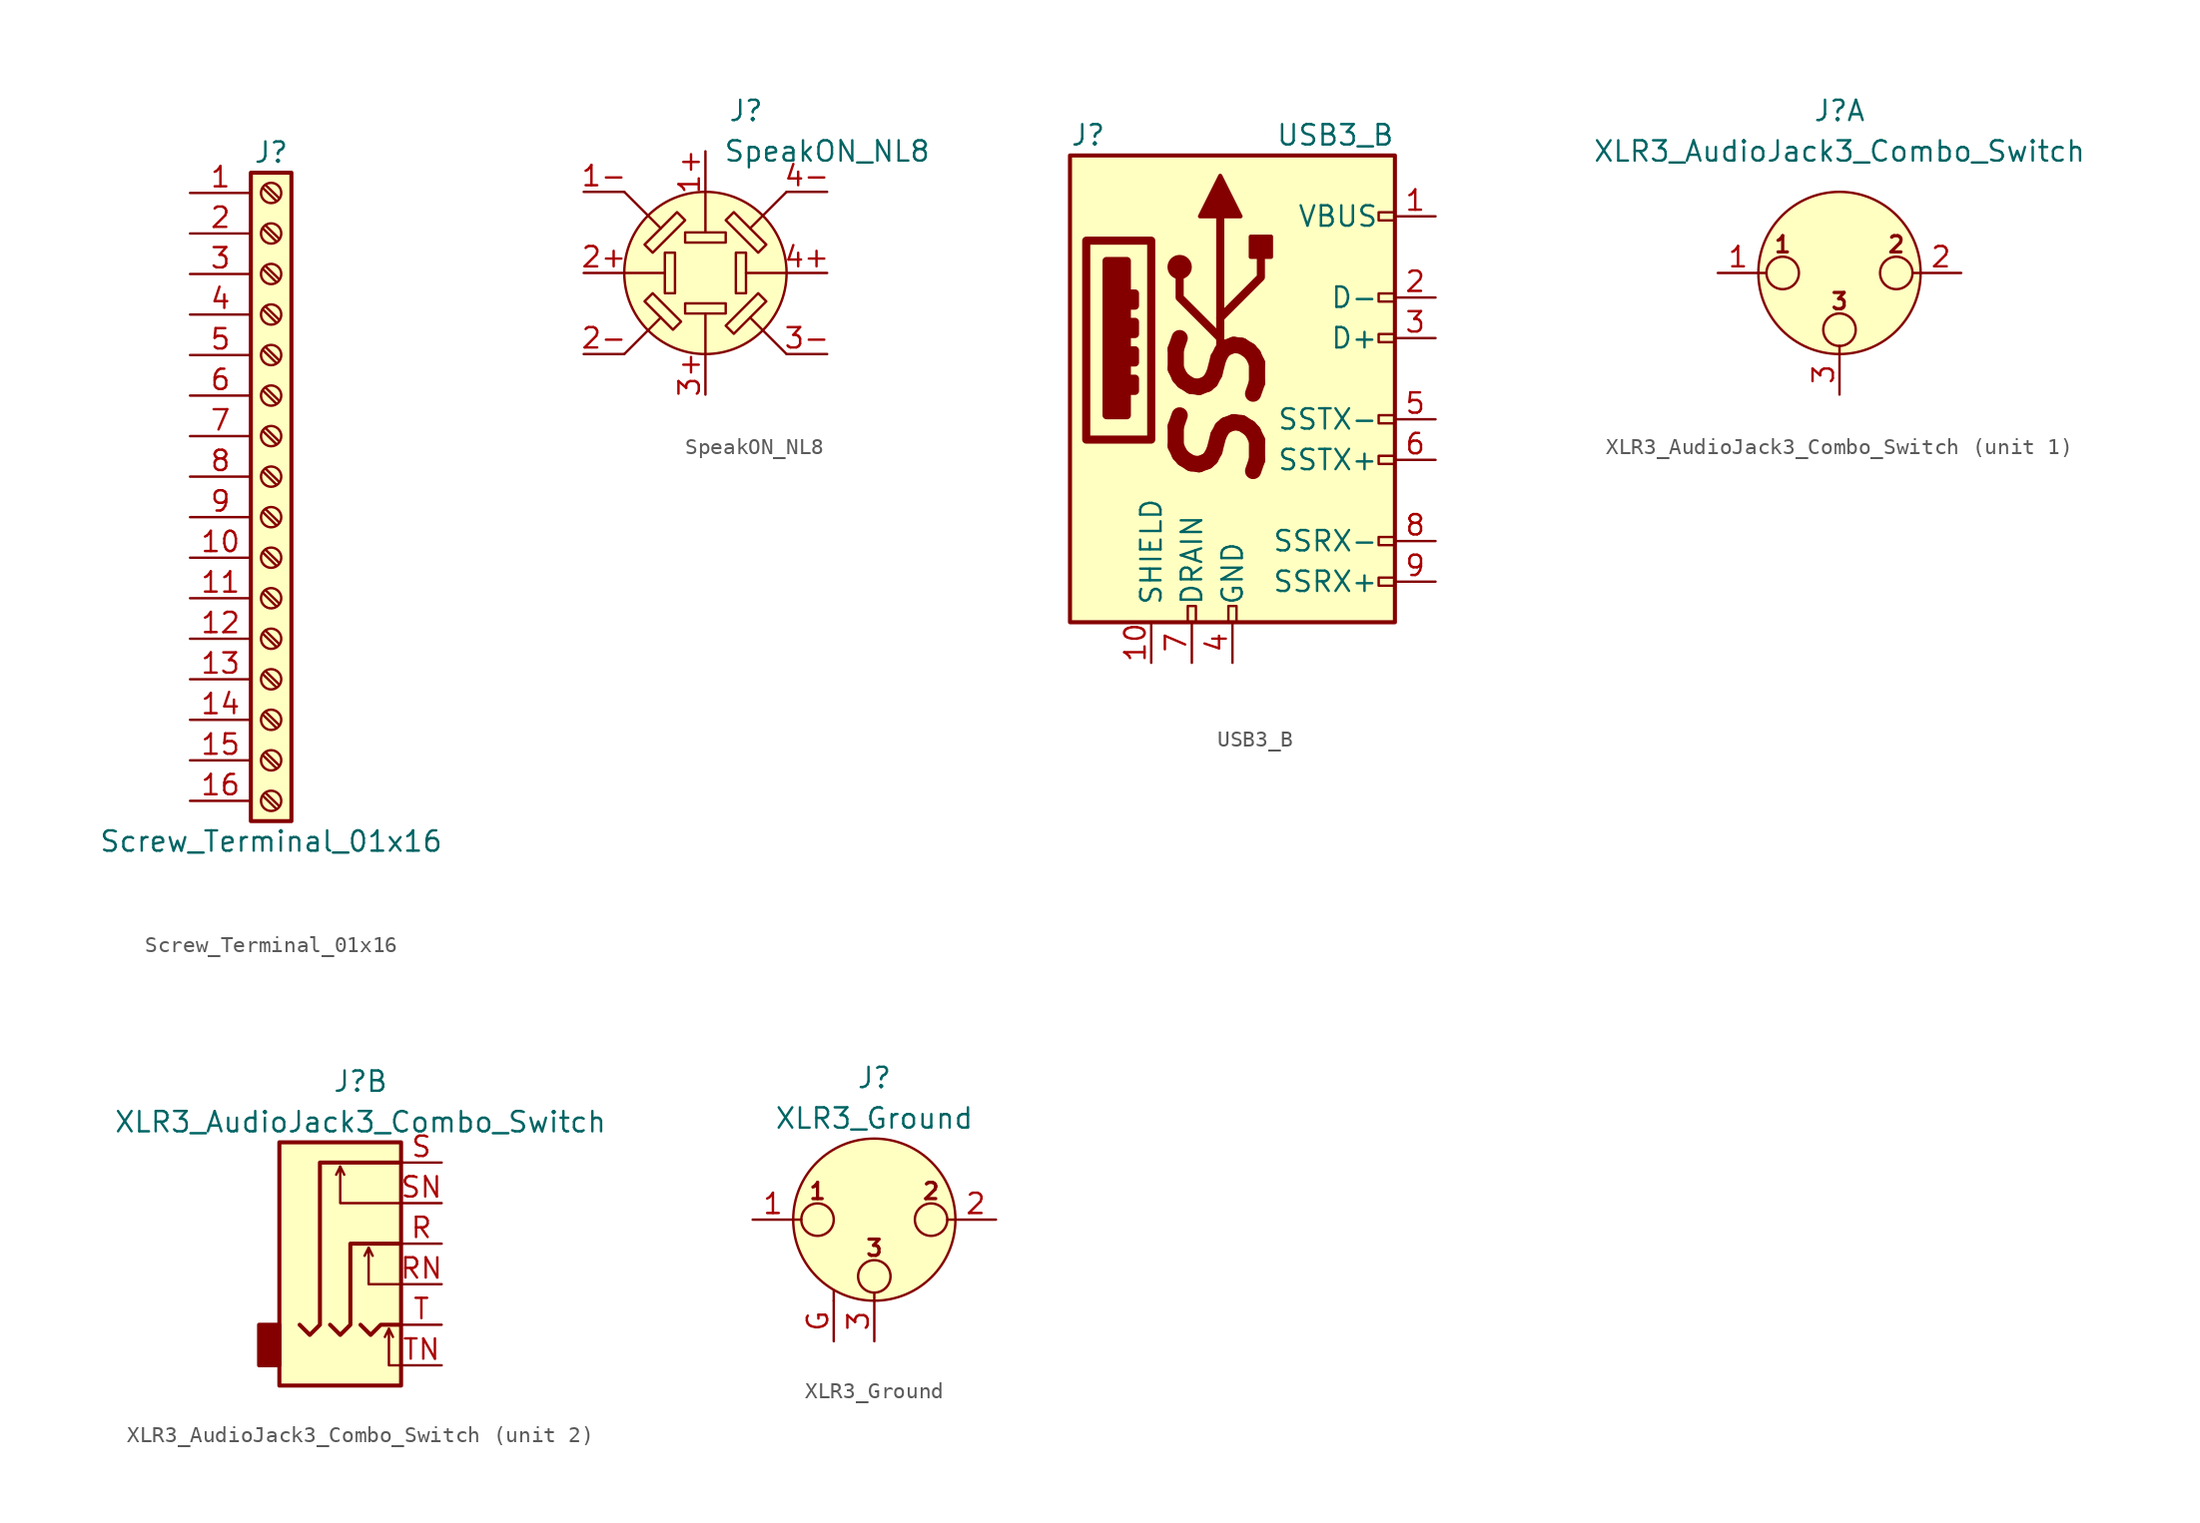
<source format=kicad_sym>
(kicad_symbol_lib
  (version 20201005)
  (generator kicad_symbol_editor)
  (symbol "Screw_Terminal_01x16"
    (pin_names
      (offset 1.016) hide)
    (property "Reference" "J"
      (at 0 20.32 0)
      (effects (font (size 1.27 1.27))))
    (property "Value" "Screw_Terminal_01x16"
      (at 0 -22.86 0)
      (effects (font (size 1.27 1.27))))
    (symbol "Screw_Terminal_01x16_1_1"
      (circle (center 0 -20.32) (radius 0.635) (stroke (width 0.152)) (fill (type none)))
      (circle (center 0 -17.78) (radius 0.635) (stroke (width 0.152)) (fill (type none)))
      (circle (center 0 -15.24) (radius 0.635) (stroke (width 0.152)) (fill (type none)))
      (circle (center 0 -12.7) (radius 0.635) (stroke (width 0.152)) (fill (type none)))
      (circle (center 0 -10.16) (radius 0.635) (stroke (width 0.152)) (fill (type none)))
      (circle (center 0 -7.62) (radius 0.635) (stroke (width 0.152)) (fill (type none)))
      (circle (center 0 -5.08) (radius 0.635) (stroke (width 0.152)) (fill (type none)))
      (circle (center 0 -2.54) (radius 0.635) (stroke (width 0.152)) (fill (type none)))
      (circle (center 0 0) (radius 0.635) (stroke (width 0.152)) (fill (type none)))
      (circle (center 0 2.54) (radius 0.635) (stroke (width 0.152)) (fill (type none)))
      (circle (center 0 5.08) (radius 0.635) (stroke (width 0.152)) (fill (type none)))
      (circle (center 0 7.62) (radius 0.635) (stroke (width 0.152)) (fill (type none)))
      (circle (center 0 10.16) (radius 0.635) (stroke (width 0.152)) (fill (type none)))
      (circle (center 0 12.7) (radius 0.635) (stroke (width 0.152)) (fill (type none)))
      (circle (center 0 15.24) (radius 0.635) (stroke (width 0.152)) (fill (type none)))
      (circle (center 0 17.78) (radius 0.635) (stroke (width 0.152)) (fill (type none)))
      (rectangle (start -1.27 19.05) (end 1.27 -21.59) (stroke (width 0.254)) (fill (type background)))
      (polyline (pts (xy -0.533 -19.99) (xy 0.33 -20.828)) (stroke (width 0.152)) (fill (type none)))
      (polyline (pts (xy -0.533 -17.45) (xy 0.33 -18.288)) (stroke (width 0.152)) (fill (type none)))
      (polyline (pts (xy -0.533 -14.91) (xy 0.33 -15.748)) (stroke (width 0.152)) (fill (type none)))
      (polyline (pts (xy -0.533 -12.37) (xy 0.33 -13.208)) (stroke (width 0.152)) (fill (type none)))
      (polyline (pts (xy -0.533 -9.83) (xy 0.33 -10.668)) (stroke (width 0.152)) (fill (type none)))
      (polyline (pts (xy -0.533 -7.29) (xy 0.33 -8.128)) (stroke (width 0.152)) (fill (type none)))
      (polyline (pts (xy -0.533 -4.75) (xy 0.33 -5.588)) (stroke (width 0.152)) (fill (type none)))
      (polyline (pts (xy -0.533 -2.21) (xy 0.33 -3.048)) (stroke (width 0.152)) (fill (type none)))
      (polyline (pts (xy -0.533 0.33) (xy 0.33 -0.508)) (stroke (width 0.152)) (fill (type none)))
      (polyline (pts (xy -0.533 2.87) (xy 0.33 2.032)) (stroke (width 0.152)) (fill (type none)))
      (polyline (pts (xy -0.533 5.41) (xy 0.33 4.572)) (stroke (width 0.152)) (fill (type none)))
      (polyline (pts (xy -0.533 7.95) (xy 0.33 7.112)) (stroke (width 0.152)) (fill (type none)))
      (polyline (pts (xy -0.533 10.49) (xy 0.33 9.652)) (stroke (width 0.152)) (fill (type none)))
      (polyline (pts (xy -0.533 13.03) (xy 0.33 12.192)) (stroke (width 0.152)) (fill (type none)))
      (polyline (pts (xy -0.533 15.57) (xy 0.33 14.732)) (stroke (width 0.152)) (fill (type none)))
      (polyline (pts (xy -0.533 18.11) (xy 0.33 17.272)) (stroke (width 0.152)) (fill (type none)))
      (polyline (pts (xy -0.356 -19.812) (xy 0.508 -20.65)) (stroke (width 0.152)) (fill (type none)))
      (polyline (pts (xy -0.356 -17.272) (xy 0.508 -18.11)) (stroke (width 0.152)) (fill (type none)))
      (polyline (pts (xy -0.356 -14.732) (xy 0.508 -15.57)) (stroke (width 0.152)) (fill (type none)))
      (polyline (pts (xy -0.356 -12.192) (xy 0.508 -13.03)) (stroke (width 0.152)) (fill (type none)))
      (polyline (pts (xy -0.356 -9.652) (xy 0.508 -10.49)) (stroke (width 0.152)) (fill (type none)))
      (polyline (pts (xy -0.356 -7.112) (xy 0.508 -7.95)) (stroke (width 0.152)) (fill (type none)))
      (polyline (pts (xy -0.356 -4.572) (xy 0.508 -5.41)) (stroke (width 0.152)) (fill (type none)))
      (polyline (pts (xy -0.356 -2.032) (xy 0.508 -2.87)) (stroke (width 0.152)) (fill (type none)))
      (polyline (pts (xy -0.356 0.508) (xy 0.508 -0.33)) (stroke (width 0.152)) (fill (type none)))
      (polyline (pts (xy -0.356 3.048) (xy 0.508 2.21)) (stroke (width 0.152)) (fill (type none)))
      (polyline (pts (xy -0.356 5.588) (xy 0.508 4.75)) (stroke (width 0.152)) (fill (type none)))
      (polyline (pts (xy -0.356 8.128) (xy 0.508 7.29)) (stroke (width 0.152)) (fill (type none)))
      (polyline (pts (xy -0.356 10.668) (xy 0.508 9.83)) (stroke (width 0.152)) (fill (type none)))
      (polyline (pts (xy -0.356 13.208) (xy 0.508 12.37)) (stroke (width 0.152)) (fill (type none)))
      (polyline (pts (xy -0.356 15.748) (xy 0.508 14.91)) (stroke (width 0.152)) (fill (type none)))
      (polyline (pts (xy -0.356 18.288) (xy 0.508 17.45)) (stroke (width 0.152)) (fill (type none)))
      (pin passive line (at -5.08 17.78 0) (length 3.81) (name "Pin_1" (effects (font (size 1.27 1.27)))) (number "1" (effects (font (size 1.27 1.27)))))
      (pin passive line (at -5.08 -5.08 0) (length 3.81) (name "Pin_10" (effects (font (size 1.27 1.27)))) (number "10" (effects (font (size 1.27 1.27)))))
      (pin passive line (at -5.08 -7.62 0) (length 3.81) (name "Pin_11" (effects (font (size 1.27 1.27)))) (number "11" (effects (font (size 1.27 1.27)))))
      (pin passive line (at -5.08 -10.16 0) (length 3.81) (name "Pin_12" (effects (font (size 1.27 1.27)))) (number "12" (effects (font (size 1.27 1.27)))))
      (pin passive line (at -5.08 -12.7 0) (length 3.81) (name "Pin_13" (effects (font (size 1.27 1.27)))) (number "13" (effects (font (size 1.27 1.27)))))
      (pin passive line (at -5.08 -15.24 0) (length 3.81) (name "Pin_14" (effects (font (size 1.27 1.27)))) (number "14" (effects (font (size 1.27 1.27)))))
      (pin passive line (at -5.08 -17.78 0) (length 3.81) (name "Pin_15" (effects (font (size 1.27 1.27)))) (number "15" (effects (font (size 1.27 1.27)))))
      (pin passive line (at -5.08 -20.32 0) (length 3.81) (name "Pin_16" (effects (font (size 1.27 1.27)))) (number "16" (effects (font (size 1.27 1.27)))))
      (pin passive line (at -5.08 15.24 0) (length 3.81) (name "Pin_2" (effects (font (size 1.27 1.27)))) (number "2" (effects (font (size 1.27 1.27)))))
      (pin passive line (at -5.08 12.7 0) (length 3.81) (name "Pin_3" (effects (font (size 1.27 1.27)))) (number "3" (effects (font (size 1.27 1.27)))))
      (pin passive line (at -5.08 10.16 0) (length 3.81) (name "Pin_4" (effects (font (size 1.27 1.27)))) (number "4" (effects (font (size 1.27 1.27)))))
      (pin passive line (at -5.08 7.62 0) (length 3.81) (name "Pin_5" (effects (font (size 1.27 1.27)))) (number "5" (effects (font (size 1.27 1.27)))))
      (pin passive line (at -5.08 5.08 0) (length 3.81) (name "Pin_6" (effects (font (size 1.27 1.27)))) (number "6" (effects (font (size 1.27 1.27)))))
      (pin passive line (at -5.08 2.54 0) (length 3.81) (name "Pin_7" (effects (font (size 1.27 1.27)))) (number "7" (effects (font (size 1.27 1.27)))))
      (pin passive line (at -5.08 0 0) (length 3.81) (name "Pin_8" (effects (font (size 1.27 1.27)))) (number "8" (effects (font (size 1.27 1.27)))))
      (pin passive line (at -5.08 -2.54 0) (length 3.81) (name "Pin_9" (effects (font (size 1.27 1.27)))) (number "9" (effects (font (size 1.27 1.27)))))))
  (symbol "SpeakON_NL8"
    (pin_names hide)
    (property "Reference" "J"
      (at 2.54 10.16 0)
      (effects (font (size 1.27 1.27))))
    (property "Value" "SpeakON_NL8"
      (at 7.62 7.62 0)
      (effects (font (size 1.27 1.27))))
    (symbol "SpeakON_NL8_0_1"
      (circle (center 0 0) (radius 5.08) (stroke (width 0)) (fill (type background)))
      (rectangle (start -2.54 1.27) (end -1.905 -1.27) (stroke (width 0)) (fill (type none)))
      (rectangle (start -1.27 -2.54) (end 1.27 -1.905) (stroke (width 0)) (fill (type none)))
      (rectangle (start -1.27 2.54) (end 1.27 1.905) (stroke (width 0)) (fill (type none)))
      (rectangle (start 2.54 1.27) (end 1.905 -1.27) (stroke (width 0)) (fill (type none)))
      (polyline (pts (xy -5.08 -5.08) (xy -2.794 -2.794)) (stroke (width 0)) (fill (type none)))
      (polyline (pts (xy -5.08 0) (xy -2.54 0)) (stroke (width 0)) (fill (type none)))
      (polyline (pts (xy -2.794 2.794) (xy -5.08 5.08)) (stroke (width 0)) (fill (type none)))
      (polyline (pts (xy 0 -5.08) (xy 0 -2.54)) (stroke (width 0)) (fill (type none)))
      (polyline (pts (xy 0 5.08) (xy 0 2.54)) (stroke (width 0)) (fill (type none)))
      (polyline (pts (xy 5.08 -5.08) (xy 2.794 -2.794)) (stroke (width 0)) (fill (type none)))
      (polyline (pts (xy 5.08 0) (xy 2.54 0)) (stroke (width 0)) (fill (type none)))
      (polyline (pts (xy 5.08 5.08) (xy 2.794 2.794)) (stroke (width 0)) (fill (type none)))
      (polyline (pts (xy -3.302 -1.27) (xy -1.524 -3.048) (xy -2.032 -3.556) (xy -3.81 -1.778) (xy -3.302 -1.27)) (stroke (width 0)) (fill (type none)))
      (polyline (pts (xy -1.27 3.302) (xy -3.302 1.27) (xy -3.81 1.778) (xy -1.778 3.81) (xy -1.27 3.302)) (stroke (width 0)) (fill (type none)))
      (polyline (pts (xy 1.27 3.302) (xy 3.302 1.27) (xy 3.81 1.778) (xy 1.778 3.81) (xy 1.27 3.302)) (stroke (width 0)) (fill (type none)))
      (polyline (pts (xy 3.302 -1.27) (xy 1.27 -3.302) (xy 1.778 -3.81) (xy 3.81 -1.778) (xy 3.302 -1.27)) (stroke (width 0)) (fill (type none)))
      (pin passive line (at -7.62 5.08 0) (length 2.54) (name "1-" (effects (font (size 1.27 1.27)))) (number "1-" (effects (font (size 1.27 1.27)))))
      (pin passive line (at -7.62 0 0) (length 2.54) (name "2+" (effects (font (size 1.27 1.27)))) (number "2+" (effects (font (size 1.27 1.27)))))
      (pin passive line (at -7.62 -5.08 0) (length 2.54) (name "2-" (effects (font (size 1.27 1.27)))) (number "2-" (effects (font (size 1.27 1.27)))))
      (pin passive line (at 0 -7.62 90) (length 2.54) (name "3+" (effects (font (size 1.27 1.27)))) (number "3+" (effects (font (size 1.27 1.27)))))
      (pin passive line (at 7.62 -5.08 180) (length 2.54) (name "3-" (effects (font (size 1.27 1.27)))) (number "3-" (effects (font (size 1.27 1.27)))))
      (pin passive line (at 7.62 0 180) (length 2.54) (name "4+" (effects (font (size 1.27 1.27)))) (number "4+" (effects (font (size 1.27 1.27)))))
      (pin passive line (at 7.62 5.08 180) (length 2.54) (name "4-" (effects (font (size 1.27 1.27)))) (number "4-" (effects (font (size 1.27 1.27))))))
    (symbol "SpeakON_NL8_1_1"
      (pin passive line (at 0 7.62 270) (length 2.54) (name "1+" (effects (font (size 1.27 1.27)))) (number "1+" (effects (font (size 1.27 1.27)))))))
  (symbol "USB3_B"
    (pin_names
      (offset 1.016))
    (property "Reference" "J"
      (at -10.16 15.24 0)
      (effects (font (size 1.27 1.27)) (justify left)))
    (property "Value" "USB3_B"
      (at 10.16 15.24 0)
      (effects (font (size 1.27 1.27)) (justify right)))
    (symbol "USB3_B_0_0"
      (text "SS" (at -0.762 -1.905 900) (effects (font (size 5.08 5.08) bold italic)))
      (rectangle (start -9.144 8.636) (end -5.08 -3.81) (stroke (width 0.508)) (fill (type none)))
      (rectangle (start -7.874 7.366) (end -6.604 -2.286) (stroke (width 0.508)) (fill (type outline)))
      (rectangle (start -6.35 0) (end -6.096 -0.762) (stroke (width 0.508)) (fill (type none)))
      (rectangle (start -6.35 1.778) (end -6.096 1.016) (stroke (width 0.508)) (fill (type none)))
      (rectangle (start -6.35 3.556) (end -6.096 2.794) (stroke (width 0.508)) (fill (type none)))
      (rectangle (start -6.35 5.334) (end -6.096 4.572) (stroke (width 0.508)) (fill (type none)))
      (rectangle (start -2.794 -15.24) (end -2.286 -14.224) (stroke (width 0)) (fill (type none)))
      (rectangle (start -0.254 -15.24) (end 0.254 -14.224) (stroke (width 0)) (fill (type none)))
      (rectangle (start 10.16 -12.446) (end 9.144 -12.954) (stroke (width 0)) (fill (type none)))
      (rectangle (start 10.16 -9.906) (end 9.144 -10.414) (stroke (width 0)) (fill (type none)))
      (rectangle (start 10.16 -4.826) (end 9.144 -5.334) (stroke (width 0)) (fill (type none)))
      (rectangle (start 10.16 -2.286) (end 9.144 -2.794) (stroke (width 0)) (fill (type none)))
      (rectangle (start 10.16 2.794) (end 9.144 2.286) (stroke (width 0)) (fill (type none)))
      (rectangle (start 10.16 5.334) (end 9.144 4.826) (stroke (width 0)) (fill (type none)))
      (rectangle (start 10.16 10.414) (end 9.144 9.906) (stroke (width 0)) (fill (type none))))
    (symbol "USB3_B_0_1"
      (circle (center -3.302 6.985) (radius 0.635) (stroke (width 0.254)) (fill (type outline)))
      (rectangle (start -10.16 13.97) (end 10.16 -15.24) (stroke (width 0.254)) (fill (type background)))
      (rectangle (start 1.143 7.62) (end 2.413 8.89) (stroke (width 0.254)) (fill (type outline)))
      (polyline (pts (xy -0.762 1.27) (xy -0.762 10.16)) (stroke (width 0.508)) (fill (type none)))
      (polyline (pts (xy -0.762 2.54) (xy -3.302 5.08) (xy -3.302 6.35)) (stroke (width 0.508)) (fill (type none)))
      (polyline (pts (xy -0.762 3.81) (xy 1.778 6.35) (xy 1.778 7.62)) (stroke (width 0.508)) (fill (type none)))
      (polyline (pts (xy -2.032 10.16) (xy -0.762 12.7) (xy 0.508 10.16) (xy -2.032 10.16)) (stroke (width 0.254)) (fill (type outline))))
    (symbol "USB3_B_1_1"
      (pin power_in line (at 12.7 10.16 180) (length 2.54) (name "VBUS" (effects (font (size 1.27 1.27)))) (number "1" (effects (font (size 1.27 1.27)))))
      (pin passive line (at -5.08 -17.78 90) (length 2.54) (name "SHIELD" (effects (font (size 1.27 1.27)))) (number "10" (effects (font (size 1.27 1.27)))))
      (pin bidirectional line (at 12.7 5.08 180) (length 2.54) (name "D-" (effects (font (size 1.27 1.27)))) (number "2" (effects (font (size 1.27 1.27)))))
      (pin bidirectional line (at 12.7 2.54 180) (length 2.54) (name "D+" (effects (font (size 1.27 1.27)))) (number "3" (effects (font (size 1.27 1.27)))))
      (pin power_in line (at 0 -17.78 90) (length 2.54) (name "GND" (effects (font (size 1.27 1.27)))) (number "4" (effects (font (size 1.27 1.27)))))
      (pin bidirectional line (at 12.7 -2.54 180) (length 2.54) (name "SSTX-" (effects (font (size 1.27 1.27)))) (number "5" (effects (font (size 1.27 1.27)))))
      (pin bidirectional line (at 12.7 -5.08 180) (length 2.54) (name "SSTX+" (effects (font (size 1.27 1.27)))) (number "6" (effects (font (size 1.27 1.27)))))
      (pin power_in line (at -2.54 -17.78 90) (length 2.54) (name "DRAIN" (effects (font (size 1.27 1.27)))) (number "7" (effects (font (size 1.27 1.27)))))
      (pin bidirectional line (at 12.7 -10.16 180) (length 2.54) (name "SSRX-" (effects (font (size 1.27 1.27)))) (number "8" (effects (font (size 1.27 1.27)))))
      (pin bidirectional line (at 12.7 -12.7 180) (length 2.54) (name "SSRX+" (effects (font (size 1.27 1.27)))) (number "9" (effects (font (size 1.27 1.27)))))))
  (symbol "XLR3_AudioJack3_Combo_Switch"
    (pin_names hide)
    (property "Reference" "J"
      (at 0 10.16 0)
      (effects (font (size 1.27 1.27))))
    (property "Value" "XLR3_AudioJack3_Combo_Switch"
      (at 0 7.62 0)
      (effects (font (size 1.27 1.27))))
    (symbol "XLR3_AudioJack3_Combo_Switch_1_1"
      (circle (center -3.556 0) (radius 1.016) (stroke (width 0)) (fill (type none)))
      (circle (center 0 -3.556) (radius 1.016) (stroke (width 0)) (fill (type none)))
      (circle (center 0 0) (radius 5.08) (stroke (width 0)) (fill (type background)))
      (circle (center 3.556 0) (radius 1.016) (stroke (width 0)) (fill (type none)))
      (text "1" (at -3.556 1.778 0) (effects (font (size 1.016 1.016) bold)))
      (text "2" (at 3.556 1.778 0) (effects (font (size 1.016 1.016) bold)))
      (text "3" (at 0 -1.778 0) (effects (font (size 1.016 1.016) bold)))
      (polyline (pts (xy -5.08 0) (xy -4.572 0)) (stroke (width 0)) (fill (type none)))
      (polyline (pts (xy 0 -5.08) (xy 0 -4.572)) (stroke (width 0)) (fill (type none)))
      (polyline (pts (xy 5.08 0) (xy 4.572 0)) (stroke (width 0)) (fill (type none)))
      (pin passive line (at -7.62 0 0) (length 2.54) (name "~" (effects (font (size 1.27 1.27)))) (number "1" (effects (font (size 1.27 1.27)))))
      (pin passive line (at 7.62 0 180) (length 2.54) (name "~" (effects (font (size 1.27 1.27)))) (number "2" (effects (font (size 1.27 1.27)))))
      (pin passive line (at 0 -7.62 90) (length 2.54) (name "~" (effects (font (size 1.27 1.27)))) (number "3" (effects (font (size 1.27 1.27))))))
    (symbol "XLR3_AudioJack3_Combo_Switch_2_1"
      (rectangle (start -5.08 -5.08) (end -6.35 -7.62) (stroke (width 0.254)) (fill (type outline)))
      (rectangle (start 2.54 6.35) (end -5.08 -8.89) (stroke (width 0.254)) (fill (type background)))
      (polyline (pts (xy -1.27 4.826) (xy -1.016 4.318)) (stroke (width 0)) (fill (type none)))
      (polyline (pts (xy 0.508 -0.254) (xy 0.762 -0.762)) (stroke (width 0)) (fill (type none)))
      (polyline (pts (xy 1.778 -5.334) (xy 2.032 -5.842)) (stroke (width 0)) (fill (type none)))
      (polyline (pts (xy 0 -5.08) (xy 0.635 -5.715) (xy 1.27 -5.08) (xy 2.54 -5.08)) (stroke (width 0.254)) (fill (type none)))
      (polyline (pts (xy 2.54 -7.62) (xy 1.778 -7.62) (xy 1.778 -5.334) (xy 1.524 -5.842)) (stroke (width 0)) (fill (type none)))
      (polyline (pts (xy 2.54 -2.54) (xy 0.508 -2.54) (xy 0.508 -0.254) (xy 0.254 -0.762)) (stroke (width 0)) (fill (type none)))
      (polyline (pts (xy 2.54 2.54) (xy -1.27 2.54) (xy -1.27 4.826) (xy -1.524 4.318)) (stroke (width 0)) (fill (type none)))
      (polyline (pts (xy -1.905 -5.08) (xy -1.27 -5.715) (xy -0.635 -5.08) (xy -0.635 0) (xy 2.54 0)) (stroke (width 0.254)) (fill (type none)))
      (polyline (pts (xy 2.54 5.08) (xy -2.54 5.08) (xy -2.54 -5.08) (xy -3.175 -5.715) (xy -3.81 -5.08)) (stroke (width 0.254)) (fill (type none)))
      (pin passive line (at 5.08 0 180) (length 2.54) (name "~" (effects (font (size 1.27 1.27)))) (number "R" (effects (font (size 1.27 1.27)))))
      (pin passive line (at 5.08 -2.54 180) (length 2.54) (name "~" (effects (font (size 1.27 1.27)))) (number "RN" (effects (font (size 1.27 1.27)))))
      (pin passive line (at 5.08 5.08 180) (length 2.54) (name "~" (effects (font (size 1.27 1.27)))) (number "S" (effects (font (size 1.27 1.27)))))
      (pin passive line (at 5.08 2.54 180) (length 2.54) (name "~" (effects (font (size 1.27 1.27)))) (number "SN" (effects (font (size 1.27 1.27)))))
      (pin passive line (at 5.08 -5.08 180) (length 2.54) (name "~" (effects (font (size 1.27 1.27)))) (number "T" (effects (font (size 1.27 1.27)))))
      (pin passive line (at 5.08 -7.62 180) (length 2.54) (name "~" (effects (font (size 1.27 1.27)))) (number "TN" (effects (font (size 1.27 1.27)))))))
  (symbol "XLR3_Ground"
    (pin_names hide)
    (property "Reference" "J"
      (at 0 8.89 0)
      (effects (font (size 1.27 1.27))))
    (property "Value" "XLR3_Ground"
      (at 0 6.35 0)
      (effects (font (size 1.27 1.27))))
    (symbol "XLR3_Ground_0_1"
      (circle (center -3.556 0) (radius 1.016) (stroke (width 0)) (fill (type none)))
      (circle (center 0 -3.556) (radius 1.016) (stroke (width 0)) (fill (type none)))
      (circle (center 0 0) (radius 5.08) (stroke (width 0)) (fill (type background)))
      (circle (center 3.556 0) (radius 1.016) (stroke (width 0)) (fill (type none)))
      (text "1" (at -3.556 1.778 0) (effects (font (size 1.016 1.016) bold)))
      (text "2" (at 3.556 1.778 0) (effects (font (size 1.016 1.016) bold)))
      (text "3" (at 0 -1.778 0) (effects (font (size 1.016 1.016) bold)))
      (polyline (pts (xy -5.08 0) (xy -4.572 0)) (stroke (width 0)) (fill (type none)))
      (polyline (pts (xy -2.54 -5.08) (xy -2.54 -4.445)) (stroke (width 0)) (fill (type none)))
      (polyline (pts (xy 0 -5.08) (xy 0 -4.572)) (stroke (width 0)) (fill (type none)))
      (polyline (pts (xy 5.08 0) (xy 4.572 0)) (stroke (width 0)) (fill (type none)))
      (pin passive line (at -7.62 0 0) (length 2.54) (name "~" (effects (font (size 1.27 1.27)))) (number "1" (effects (font (size 1.27 1.27)))))
      (pin passive line (at 7.62 0 180) (length 2.54) (name "~" (effects (font (size 1.27 1.27)))) (number "2" (effects (font (size 1.27 1.27)))))
      (pin passive line (at 0 -7.62 90) (length 2.54) (name "~" (effects (font (size 1.27 1.27)))) (number "3" (effects (font (size 1.27 1.27))))))
    (symbol "XLR3_Ground_1_1"
      (pin passive line (at -2.54 -7.62 90) (length 2.54) (name "~" (effects (font (size 1.27 1.27)))) (number "G" (effects (font (size 1.27 1.27))))))))
</source>
